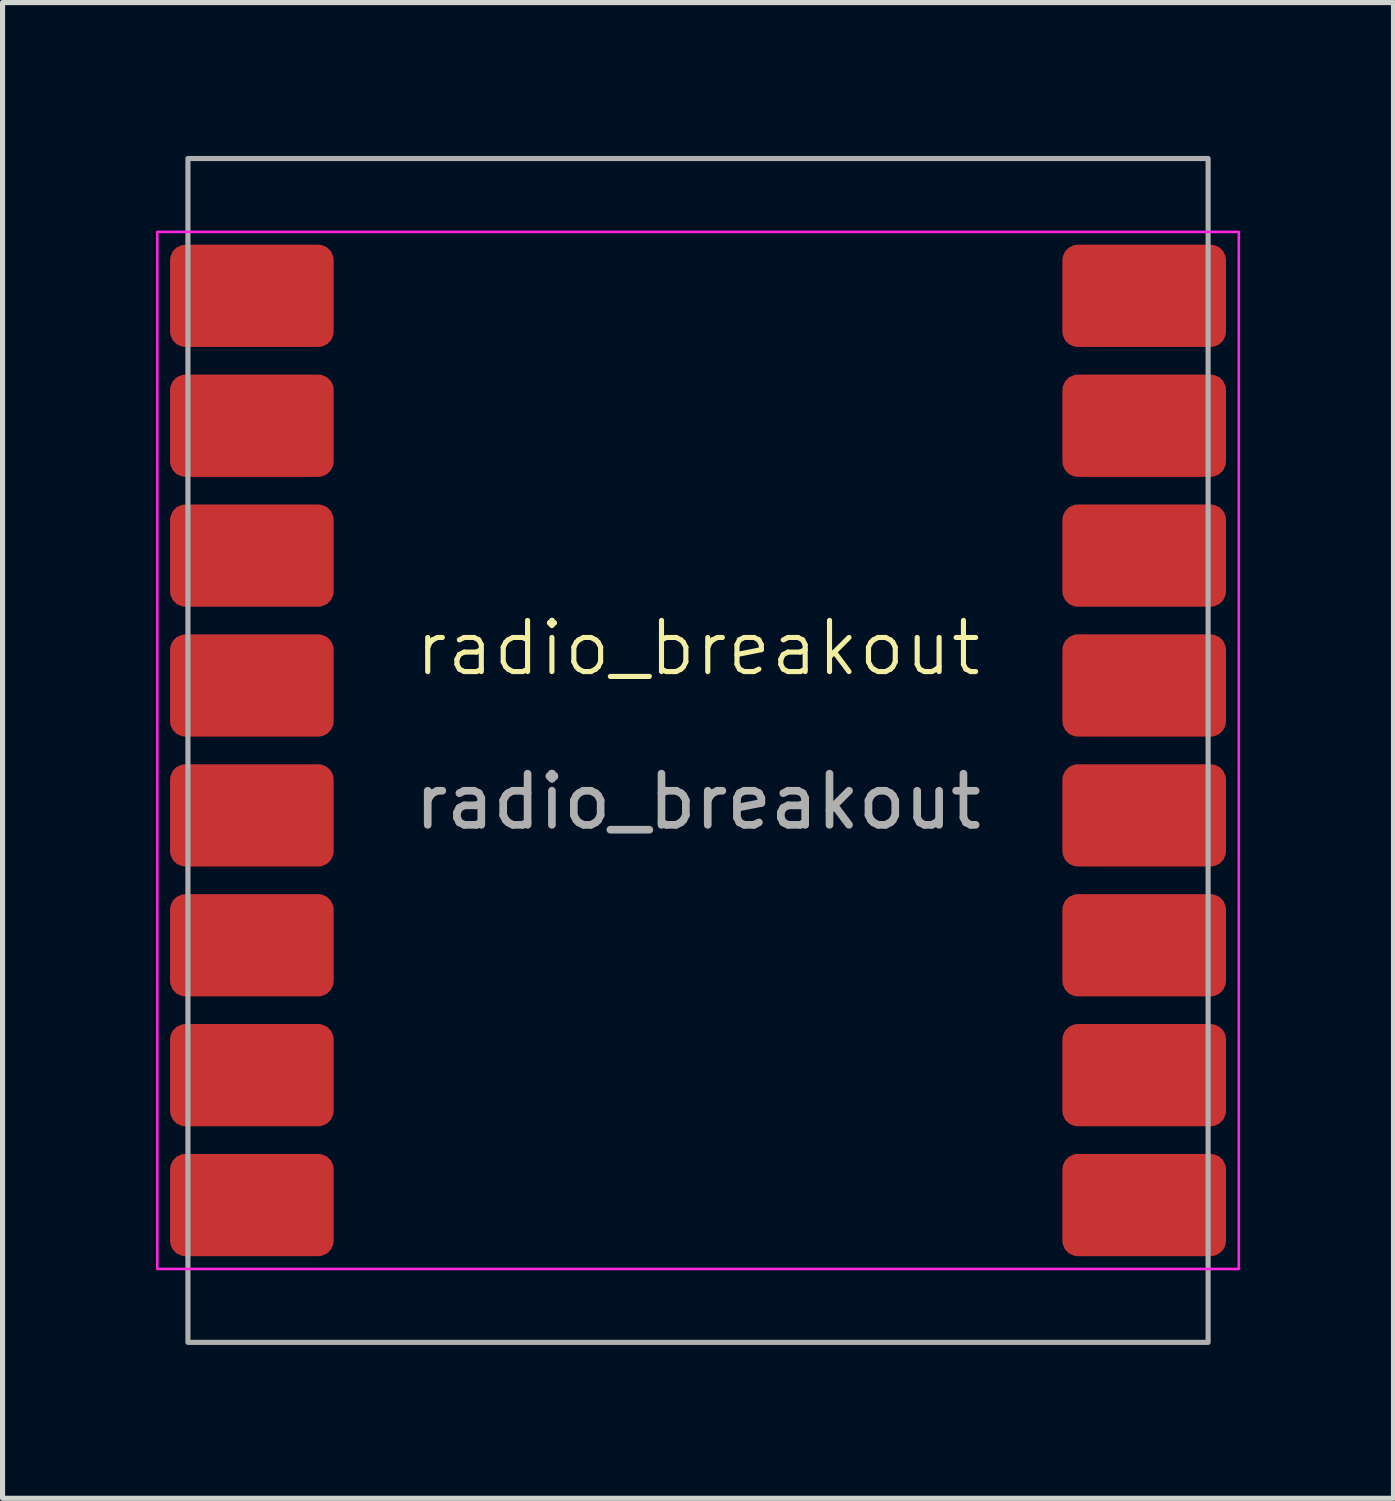
<source format=kicad_pcb>
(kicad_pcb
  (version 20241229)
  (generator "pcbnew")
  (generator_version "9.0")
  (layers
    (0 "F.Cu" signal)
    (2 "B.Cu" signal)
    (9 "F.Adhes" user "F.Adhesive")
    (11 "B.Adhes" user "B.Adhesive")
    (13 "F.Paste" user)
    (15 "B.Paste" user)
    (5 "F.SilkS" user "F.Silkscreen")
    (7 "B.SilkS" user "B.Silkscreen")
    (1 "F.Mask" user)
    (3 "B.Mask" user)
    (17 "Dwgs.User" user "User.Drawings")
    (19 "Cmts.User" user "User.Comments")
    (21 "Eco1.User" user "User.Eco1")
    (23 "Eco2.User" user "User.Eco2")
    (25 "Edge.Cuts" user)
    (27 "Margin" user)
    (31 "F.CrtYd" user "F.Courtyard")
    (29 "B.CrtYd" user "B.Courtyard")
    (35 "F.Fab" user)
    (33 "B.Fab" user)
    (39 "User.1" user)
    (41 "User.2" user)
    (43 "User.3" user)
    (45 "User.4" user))
  (footprint "radio_breakout"
    (layer "F.Cu")
    (at 10.6 11.625)
    (property "Reference" "radio_breakout" (at 0 -2 0) (unlocked yes) (layer "F.SilkS") (effects (font (size 1 1) (thickness 0.1))))
    (attr smd)
    (fp_rect (start -10.575 -10.14) (end 10.575 10.14) (stroke (width 0.05) (type solid)) (fill no) (layer "F.CrtYd"))
    (fp_rect (start -9.975 -11.575) (end 9.975 11.575) (stroke (width 0.1) (type solid)) (fill no) (layer "F.Fab"))
    (fp_text user "${REFERENCE}" (at 0 1 0) (unlocked yes) (layer "F.Fab") (effects (font (size 1 1) (thickness 0.15))))
    (pad "1" smd roundrect (at -8.725 -8.89) (size 3.2 2) (layers "F.Cu" "F.Mask" "F.Paste") (roundrect_rratio 0.15))
    (pad "2" smd roundrect (at -8.725 -6.35) (size 3.2 2) (layers "F.Cu" "F.Mask" "F.Paste") (roundrect_rratio 0.15))
    (pad "3" smd roundrect (at -8.725 -3.81) (size 3.2 2) (layers "F.Cu" "F.Mask" "F.Paste") (roundrect_rratio 0.15))
    (pad "4" smd roundrect (at -8.725 -1.27) (size 3.2 2) (layers "F.Cu" "F.Mask" "F.Paste") (roundrect_rratio 0.15))
    (pad "5" smd roundrect (at -8.725 1.27) (size 3.2 2) (layers "F.Cu" "F.Mask" "F.Paste") (roundrect_rratio 0.15))
    (pad "6" smd roundrect (at -8.725 3.81) (size 3.2 2) (layers "F.Cu" "F.Mask" "F.Paste") (roundrect_rratio 0.15))
    (pad "7" smd roundrect (at -8.725 6.35) (size 3.2 2) (layers "F.Cu" "F.Mask" "F.Paste") (roundrect_rratio 0.15))
    (pad "8" smd roundrect (at -8.725 8.89) (size 3.2 2) (layers "F.Cu" "F.Mask" "F.Paste") (roundrect_rratio 0.15))
    (pad "9" smd roundrect (at 8.725 8.89) (size 3.2 2) (layers "F.Cu" "F.Mask" "F.Paste") (roundrect_rratio 0.15))
    (pad "10" smd roundrect (at 8.725 6.35) (size 3.2 2) (layers "F.Cu" "F.Mask" "F.Paste") (roundrect_rratio 0.15))
    (pad "11" smd roundrect (at 8.725 3.81) (size 3.2 2) (layers "F.Cu" "F.Mask" "F.Paste") (roundrect_rratio 0.15))
    (pad "12" smd roundrect (at 8.725 1.27) (size 3.2 2) (layers "F.Cu" "F.Mask" "F.Paste") (roundrect_rratio 0.15))
    (pad "13" smd roundrect (at 8.725 -1.27) (size 3.2 2) (layers "F.Cu" "F.Mask" "F.Paste") (roundrect_rratio 0.15))
    (pad "14" smd roundrect (at 8.725 -3.81) (size 3.2 2) (layers "F.Cu" "F.Mask" "F.Paste") (roundrect_rratio 0.15))
    (pad "15" smd roundrect (at 8.725 -6.35) (size 3.2 2) (layers "F.Cu" "F.Mask" "F.Paste") (roundrect_rratio 0.15))
    (pad "16" smd roundrect (at 8.725 -8.89) (size 3.2 2) (layers "F.Cu" "F.Mask" "F.Paste") (roundrect_rratio 0.15)))
  (gr_rect
    (start -3 -3)
    (end 24.2 26.25)
    (stroke (width 0.1) (type default))
    (fill no)
    (layer "Edge.Cuts")))
</source>
